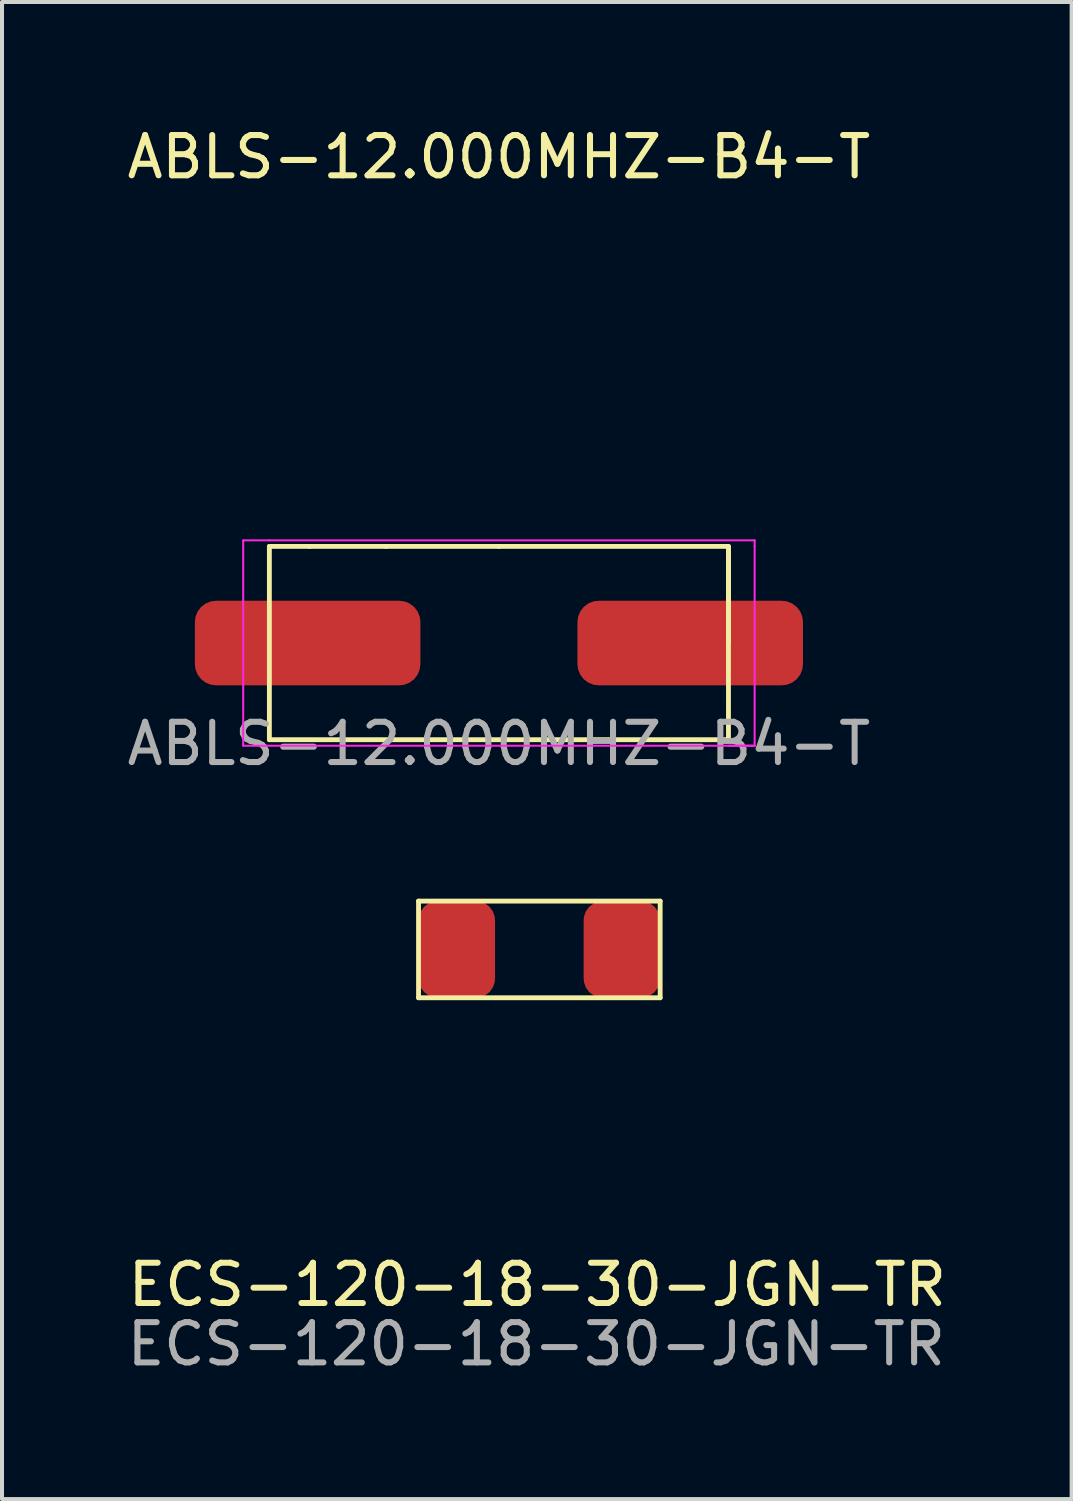
<source format=kicad_pcb>
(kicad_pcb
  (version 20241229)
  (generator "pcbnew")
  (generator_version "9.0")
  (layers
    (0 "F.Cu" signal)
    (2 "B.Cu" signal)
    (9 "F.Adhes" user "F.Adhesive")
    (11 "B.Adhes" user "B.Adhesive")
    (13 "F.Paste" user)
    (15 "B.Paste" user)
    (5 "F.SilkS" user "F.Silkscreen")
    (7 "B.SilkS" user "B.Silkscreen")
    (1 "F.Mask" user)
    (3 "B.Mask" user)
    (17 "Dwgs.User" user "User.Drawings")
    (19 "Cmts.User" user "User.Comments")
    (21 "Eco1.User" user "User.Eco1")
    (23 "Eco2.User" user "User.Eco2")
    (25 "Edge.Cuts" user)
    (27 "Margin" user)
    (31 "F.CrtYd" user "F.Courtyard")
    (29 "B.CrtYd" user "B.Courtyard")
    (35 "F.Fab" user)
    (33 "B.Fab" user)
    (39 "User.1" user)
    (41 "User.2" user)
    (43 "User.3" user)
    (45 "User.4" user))
  (footprint "ECS-120-18-30-JGN-TR"
    (layer "F.Cu")
    (at 10.343 20.526)
    (property "Reference" "ECS-120-18-30-JGN-TR" (at -0.05 8.325 0) (unlocked yes) (layer "F.SilkS") (effects (font (size 1 1) (thickness 0.15))))
    (attr smd)
    (fp_line (start -3 -1.2) (end 3 -1.2) (stroke (width 0.12) (type solid)) (layer "F.SilkS"))
    (fp_line (start -3 1.2) (end -3 -1.2) (stroke (width 0.12) (type solid)) (layer "F.SilkS"))
    (fp_line (start 3 -1.2) (end 3 1.2) (stroke (width 0.12) (type solid)) (layer "F.SilkS"))
    (fp_line (start 3 1.2) (end -3 1.2) (stroke (width 0.12) (type solid)) (layer "F.SilkS"))
    (fp_text user "${REFERENCE}" (at -0.075 9.8 0) (unlocked yes) (layer "F.Fab") (effects (font (size 1 1) (thickness 0.15))))
    (pad "1" smd roundrect (at -2.05 0 90) (size 2.4 1.9) (layers "F.Cu" "F.Mask" "F.Paste") (roundrect_rratio 0.25))
    (pad "2" smd roundrect (at 2.05 0 90) (size 2.4 1.9) (layers "F.Cu" "F.Mask" "F.Paste") (roundrect_rratio 0.25)))
  (footprint "ABLS-12.000MHZ-B4-T"
    (layer "F.Cu")
    (at 9.339 12.918)
    (property "Reference" "ABLS-12.000MHZ-B4-T" (at 0 -12.07 0) (unlocked yes) (layer "F.SilkS") (effects (font (size 1 1) (thickness 0.15))))
    (attr smd)
    (fp_line (start -5.7 -2.4) (end -5.7 2.4) (stroke (width 0.12) (type solid)) (layer "F.SilkS"))
    (fp_line (start -5.7 2.4) (end 5.7 2.4) (stroke (width 0.12) (type solid)) (layer "F.SilkS"))
    (fp_line (start -4.7 -2.4) (end -5.7 -2.4) (stroke (width 0.12) (type solid)) (layer "F.SilkS"))
    (fp_line (start -2.8 -2.4) (end -4.7 -2.4) (stroke (width 0.12) (type solid)) (layer "F.SilkS"))
    (fp_line (start 0 -2.4) (end -2.8 -2.4) (stroke (width 0.12) (type solid)) (layer "F.SilkS"))
    (fp_line (start 0 -2.4) (end 5.7 -2.4) (stroke (width 0.12) (type solid)) (layer "F.SilkS"))
    (fp_line (start 5.7 -2.4) (end 5.7 2.4) (stroke (width 0.12) (type solid)) (layer "F.SilkS"))
    (fp_line (start 5.7 -2.35) (end 5.7 0) (stroke (width 0.12) (type solid)) (layer "F.SilkS"))
    (fp_line (start -6.35 -2.55) (end -6.35 2.5) (stroke (width 0.05) (type solid)) (layer "F.CrtYd"))
    (fp_line (start -6.35 2.55) (end -6.35 2.5) (stroke (width 0.05) (type solid)) (layer "F.CrtYd"))
    (fp_line (start -5.7 -2.55) (end -6.35 -2.55) (stroke (width 0.05) (type solid)) (layer "F.CrtYd"))
    (fp_line (start -5.7 -2.55) (end 6.35 -2.55) (stroke (width 0.05) (type solid)) (layer "F.CrtYd"))
    (fp_line (start 5.7 2.55) (end 6.35 2.55) (stroke (width 0.05) (type solid)) (layer "F.CrtYd"))
    (fp_line (start 6.35 -2.55) (end 6.35 -2.4) (stroke (width 0.05) (type solid)) (layer "F.CrtYd"))
    (fp_line (start 6.35 2.55) (end -6.35 2.55) (stroke (width 0.05) (type solid)) (layer "F.CrtYd"))
    (fp_line (start 6.35 2.55) (end 6.35 -2.4) (stroke (width 0.05) (type solid)) (layer "F.CrtYd"))
    (fp_text user "${REFERENCE}" (at 0 2.5 0) (unlocked yes) (layer "F.Fab") (effects (font (size 1 1) (thickness 0.15))))
    (pad "1" smd roundrect (at -4.75 0) (size 5.6 2.1) (layers "F.Cu" "F.Mask" "F.Paste") (roundrect_rratio 0.25))
    (pad "2" smd roundrect (at 4.75 0) (size 5.6 2.1) (layers "F.Cu" "F.Mask" "F.Paste") (roundrect_rratio 0.25)))
  (gr_rect
    (start -3 -3)
    (end 23.561 34.175)
    (stroke (width 0.1) (type default))
    (fill no)
    (layer "Edge.Cuts")))
</source>
